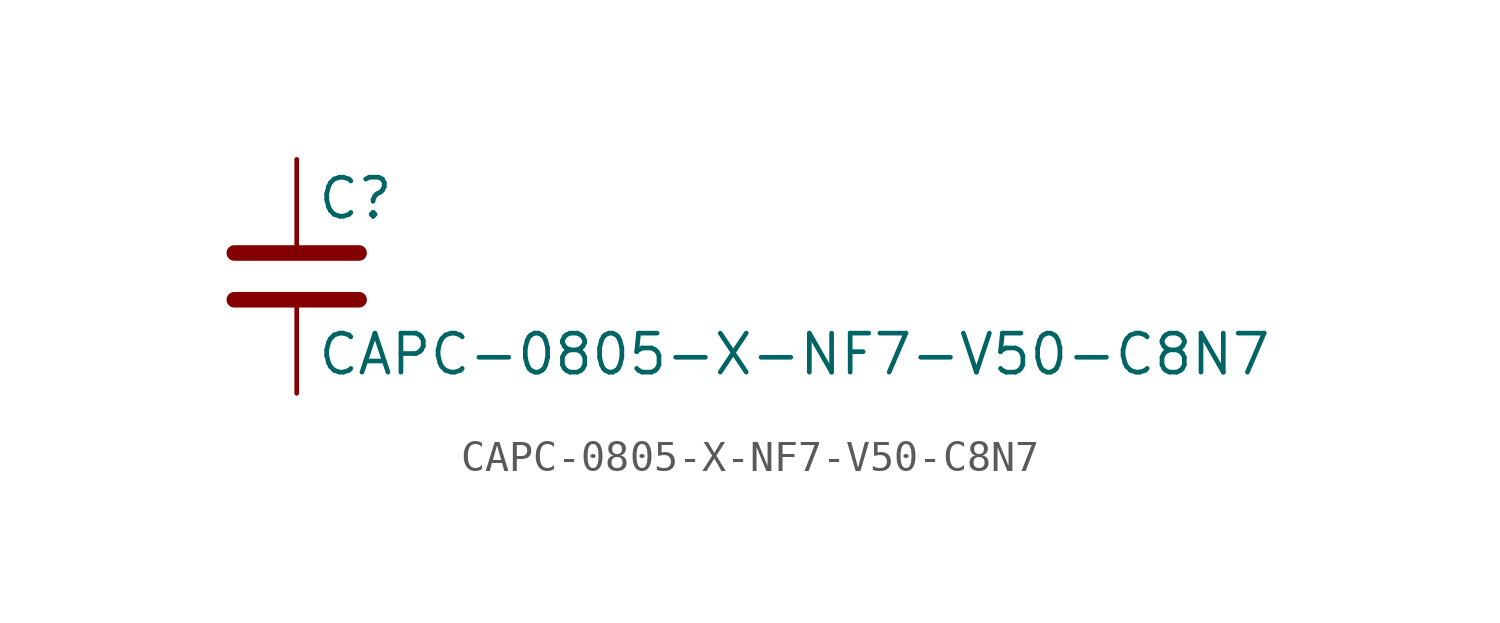
<source format=kicad_sym>
(kicad_symbol_lib
  (version 20211014)
  (generator kicad_symbol_editor)
  (symbol "CAPC-0805-X-NF7-V50-C8N7"
    (pin_numbers hide)
    (pin_names
      (offset 0.254))
    (property "Reference" "C"
      (at 0.635 2.54 0)
      (effects (font (size 1.27 1.27)) (justify left)))
    (property "Value" "CAPC-0805-X-NF7-V50-C8N7"
      (at 0.635 -2.54 0)
      (effects (font (size 1.27 1.27)) (justify left)))
    (symbol "CAPC-0805-X-NF7-V50-C8N7_0_1"
      (polyline (pts (xy -2.032 -0.762) (xy 2.032 -0.762)) (stroke (width 0.508) (type default) (color 0 0 0 0)) (fill (type none)))
      (polyline (pts (xy -2.032 0.762) (xy 2.032 0.762)) (stroke (width 0.508) (type default) (color 0 0 0 0)) (fill (type none))))
    (symbol "CAPC-0805-X-NF7-V50-C8N7_1_1"
      (pin passive line (at 0 3.81 270) (length 2.794) (name "~" (effects (font (size 1.27 1.27)))) (number "1" (effects (font (size 1.27 1.27)))))
      (pin passive line (at 0 -3.81 90) (length 2.794) (name "~" (effects (font (size 1.27 1.27)))) (number "2" (effects (font (size 1.27 1.27))))))))
</source>
